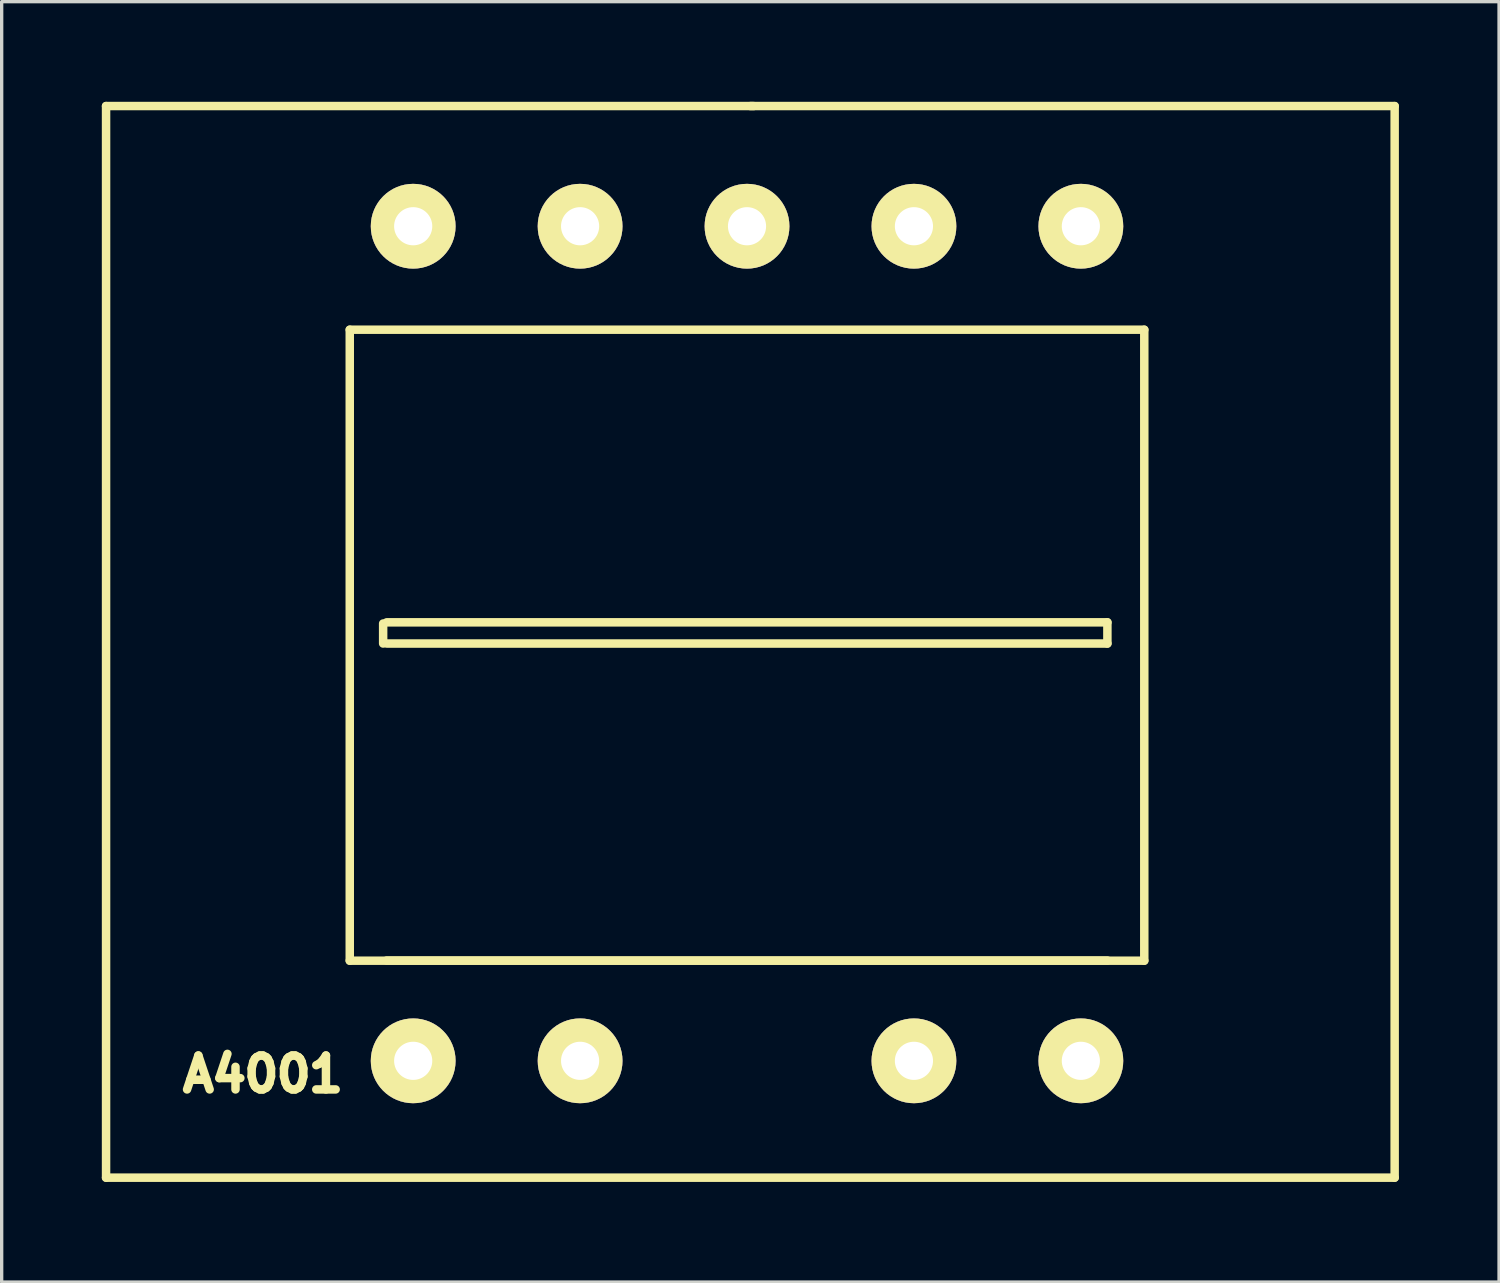
<source format=kicad_pcb>
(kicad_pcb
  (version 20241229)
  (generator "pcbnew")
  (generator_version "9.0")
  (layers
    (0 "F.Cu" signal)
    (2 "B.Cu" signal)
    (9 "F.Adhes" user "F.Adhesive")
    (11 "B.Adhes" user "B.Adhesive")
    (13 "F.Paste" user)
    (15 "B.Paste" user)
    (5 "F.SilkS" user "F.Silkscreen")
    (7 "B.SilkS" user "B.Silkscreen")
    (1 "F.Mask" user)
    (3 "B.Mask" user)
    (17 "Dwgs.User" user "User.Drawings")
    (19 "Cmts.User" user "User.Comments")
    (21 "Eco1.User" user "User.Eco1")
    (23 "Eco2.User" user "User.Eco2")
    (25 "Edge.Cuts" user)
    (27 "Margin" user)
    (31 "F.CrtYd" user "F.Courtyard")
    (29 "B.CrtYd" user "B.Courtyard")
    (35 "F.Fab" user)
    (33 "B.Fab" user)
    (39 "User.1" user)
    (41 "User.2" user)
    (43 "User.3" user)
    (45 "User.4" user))
  (footprint "A4001"
    (layer "F.Cu")
    (at 19.327 16.227)
    (property "Reference" "A4001" (at -14.5 12.9 0) (layer "F.SilkS") (effects (font (size 1.016 1.016) (thickness 0.254))))
    (attr through_hole)
    (fp_line (start -19.2 -16.1) (end 0.2 -16.1) (stroke (width 0.254) (type solid)) (layer "F.SilkS"))
    (fp_line (start -19.2 16) (end -19.2 -16.1) (stroke (width 0.254) (type solid)) (layer "F.SilkS"))
    (fp_line (start -11.9 -9.4) (end -11.9 9.5) (stroke (width 0.254) (type solid)) (layer "F.SilkS"))
    (fp_line (start -11.9 9.5) (end 11.9 9.5) (stroke (width 0.254) (type solid)) (layer "F.SilkS"))
    (fp_line (start -10.9 -0.6) (end -10.9 0) (stroke (width 0.254) (type solid)) (layer "F.SilkS"))
    (fp_line (start -10.795 -0.635) (end 10.795 -0.635) (stroke (width 0.254) (type solid)) (layer "F.SilkS"))
    (fp_line (start 0.1 -16.1) (end 19.4 -16.1) (stroke (width 0.254) (type solid)) (layer "F.SilkS"))
    (fp_line (start 10.795 -0.635) (end 10.795 0) (stroke (width 0.254) (type solid)) (layer "F.SilkS"))
    (fp_line (start 10.795 0) (end -10.795 0) (stroke (width 0.254) (type solid)) (layer "F.SilkS"))
    (fp_line (start 10.795 9.495) (end -10.795 9.495) (stroke (width 0.254) (type solid)) (layer "F.SilkS"))
    (fp_line (start 11.9 -9.4) (end -11.9 -9.4) (stroke (width 0.254) (type solid)) (layer "F.SilkS"))
    (fp_line (start 11.9 9.5) (end 11.9 -9.4) (stroke (width 0.254) (type solid)) (layer "F.SilkS"))
    (fp_line (start 19.4 -16.1) (end 19.4 16) (stroke (width 0.254) (type solid)) (layer "F.SilkS"))
    (fp_line (start 19.4 16) (end -19.2 16) (stroke (width 0.254) (type solid)) (layer "F.SilkS"))
    (pad "1" thru_hole circle (at -10 12.5) (size 2.54 2.54) (drill 1.143) (layers "*.Cu" "*.Mask" "F.SilkS"))
    (pad "1" thru_hole circle (at 0 -12.5) (size 2.54 2.54) (drill 1.143) (layers "*.Cu" "*.Mask" "F.SilkS"))
    (pad "2" thru_hole circle (at -5 12.5) (size 2.54 2.54) (drill 1.143) (layers "*.Cu" "*.Mask" "F.SilkS"))
    (pad "3" thru_hole circle (at 5 12.5) (size 2.54 2.54) (drill 1.143) (layers "*.Cu" "*.Mask" "F.SilkS"))
    (pad "4" thru_hole circle (at 10 12.5) (size 2.54 2.54) (drill 1.143) (layers "*.Cu" "*.Mask" "F.SilkS"))
    (pad "5" thru_hole circle (at -10 -12.5) (size 2.54 2.54) (drill 1.143) (layers "*.Cu" "*.Mask" "F.SilkS"))
    (pad "6" thru_hole circle (at -5 -12.5) (size 2.54 2.54) (drill 1.143) (layers "*.Cu" "*.Mask" "F.SilkS"))
    (pad "7" thru_hole circle (at 5 -12.5) (size 2.54 2.54) (drill 1.143) (layers "*.Cu" "*.Mask" "F.SilkS"))
    (pad "8" thru_hole circle (at 10 -12.5) (size 2.54 2.54) (drill 1.143) (layers "*.Cu" "*.Mask" "F.SilkS")))
  (gr_rect
    (start -3 -3)
    (end 41.854 35.354)
    (stroke (width 0.1) (type default))
    (fill no)
    (layer "Edge.Cuts")))
</source>
